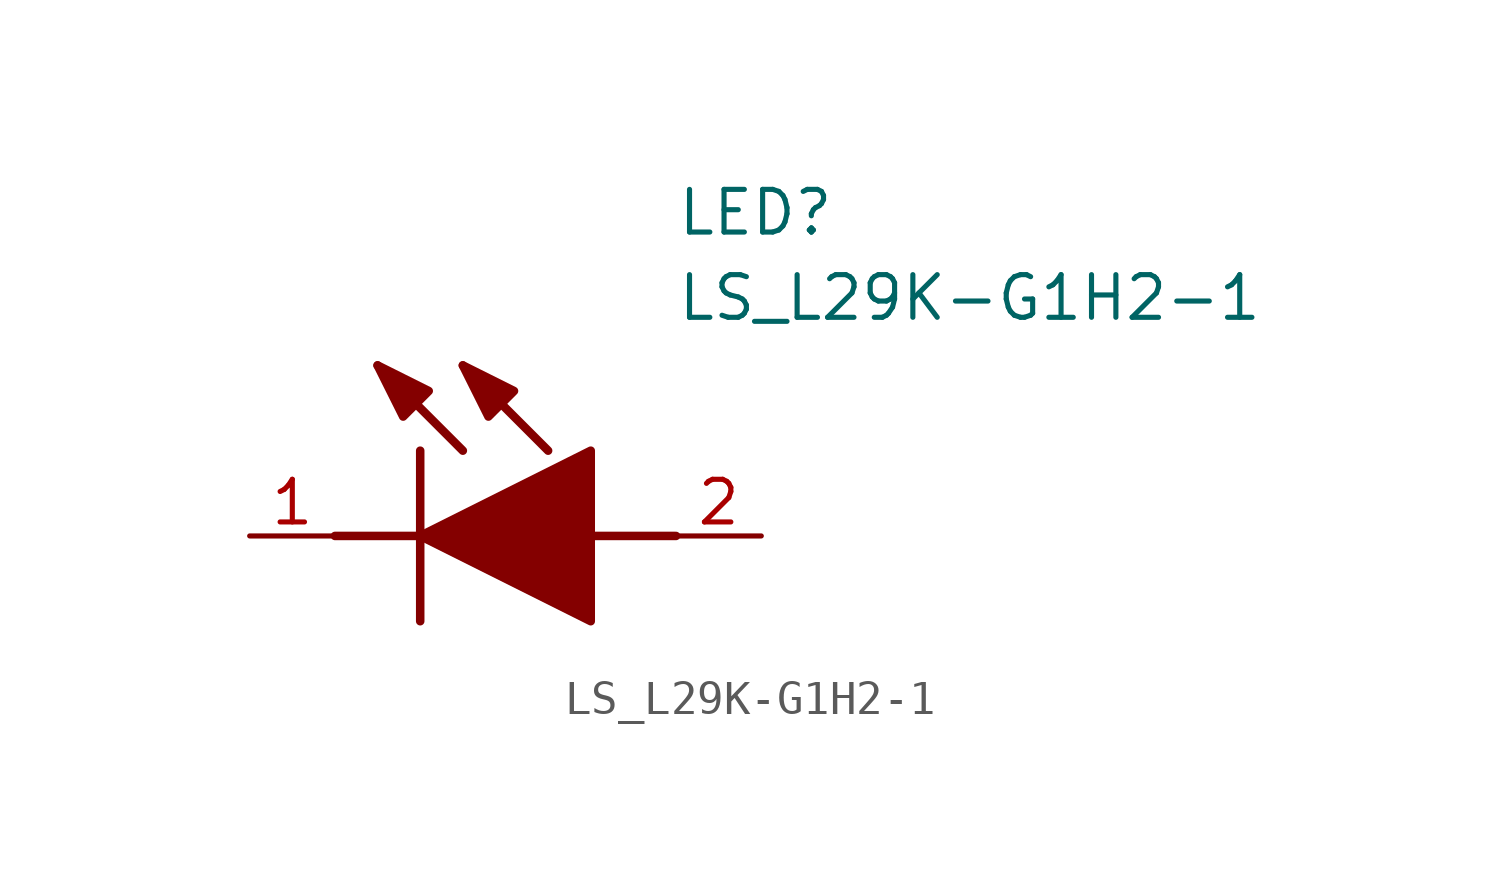
<source format=kicad_sym>
(kicad_symbol_lib
  (version 20211014)
  (generator SamacSys_ECAD_Model)
  (symbol "LS_L29K-G1H2-1"
    (pin_names hide)
    (property "Reference" "LED"
      (at 12.7 8.89 0)
      (effects (font (size 1.27 1.27)) (justify left bottom)))
    (property "Value" "LS_L29K-G1H2-1"
      (at 12.7 6.35 0)
      (effects (font (size 1.27 1.27)) (justify left bottom)))
    (polyline
      (pts (xy 5.08 2.54) (xy 5.08 -2.54))
      (stroke (width 0.254) (type default))
      (fill (type none)))
    (polyline
      (pts (xy 6.35 2.54) (xy 3.81 5.08))
      (stroke (width 0.254) (type default))
      (fill (type none)))
    (polyline
      (pts (xy 8.89 2.54) (xy 6.35 5.08))
      (stroke (width 0.254) (type default))
      (fill (type none)))
    (polyline
      (pts (xy 2.54 0) (xy 5.08 0))
      (stroke (width 0.254) (type default))
      (fill (type none)))
    (polyline
      (pts (xy 10.16 0) (xy 12.7 0))
      (stroke (width 0.254) (type default))
      (fill (type none)))
    (polyline
      (pts (xy 5.08 0) (xy 10.16 2.54) (xy 10.16 -2.54) (xy 5.08 0))
      (stroke (width 0.254) (type default))
      (fill (type outline)))
    (polyline
      (pts (xy 5.334 4.318) (xy 4.572 3.556) (xy 3.81 5.08) (xy 5.334 4.318))
      (stroke (width 0.254) (type default))
      (fill (type outline)))
    (polyline
      (pts (xy 7.874 4.318) (xy 7.112 3.556) (xy 6.35 5.08) (xy 7.874 4.318))
      (stroke (width 0.254) (type default))
      (fill (type outline)))
    (pin passive line
      (at 0 0 0)
      (length 2.54)
      (name "K" (effects (font (size 1.27 1.27))))
      (number "1" (effects (font (size 1.27 1.27)))))
    (pin passive line
      (at 15.24 0 180)
      (length 2.54)
      (name "A" (effects (font (size 1.27 1.27))))
      (number "2" (effects (font (size 1.27 1.27)))))))
</source>
